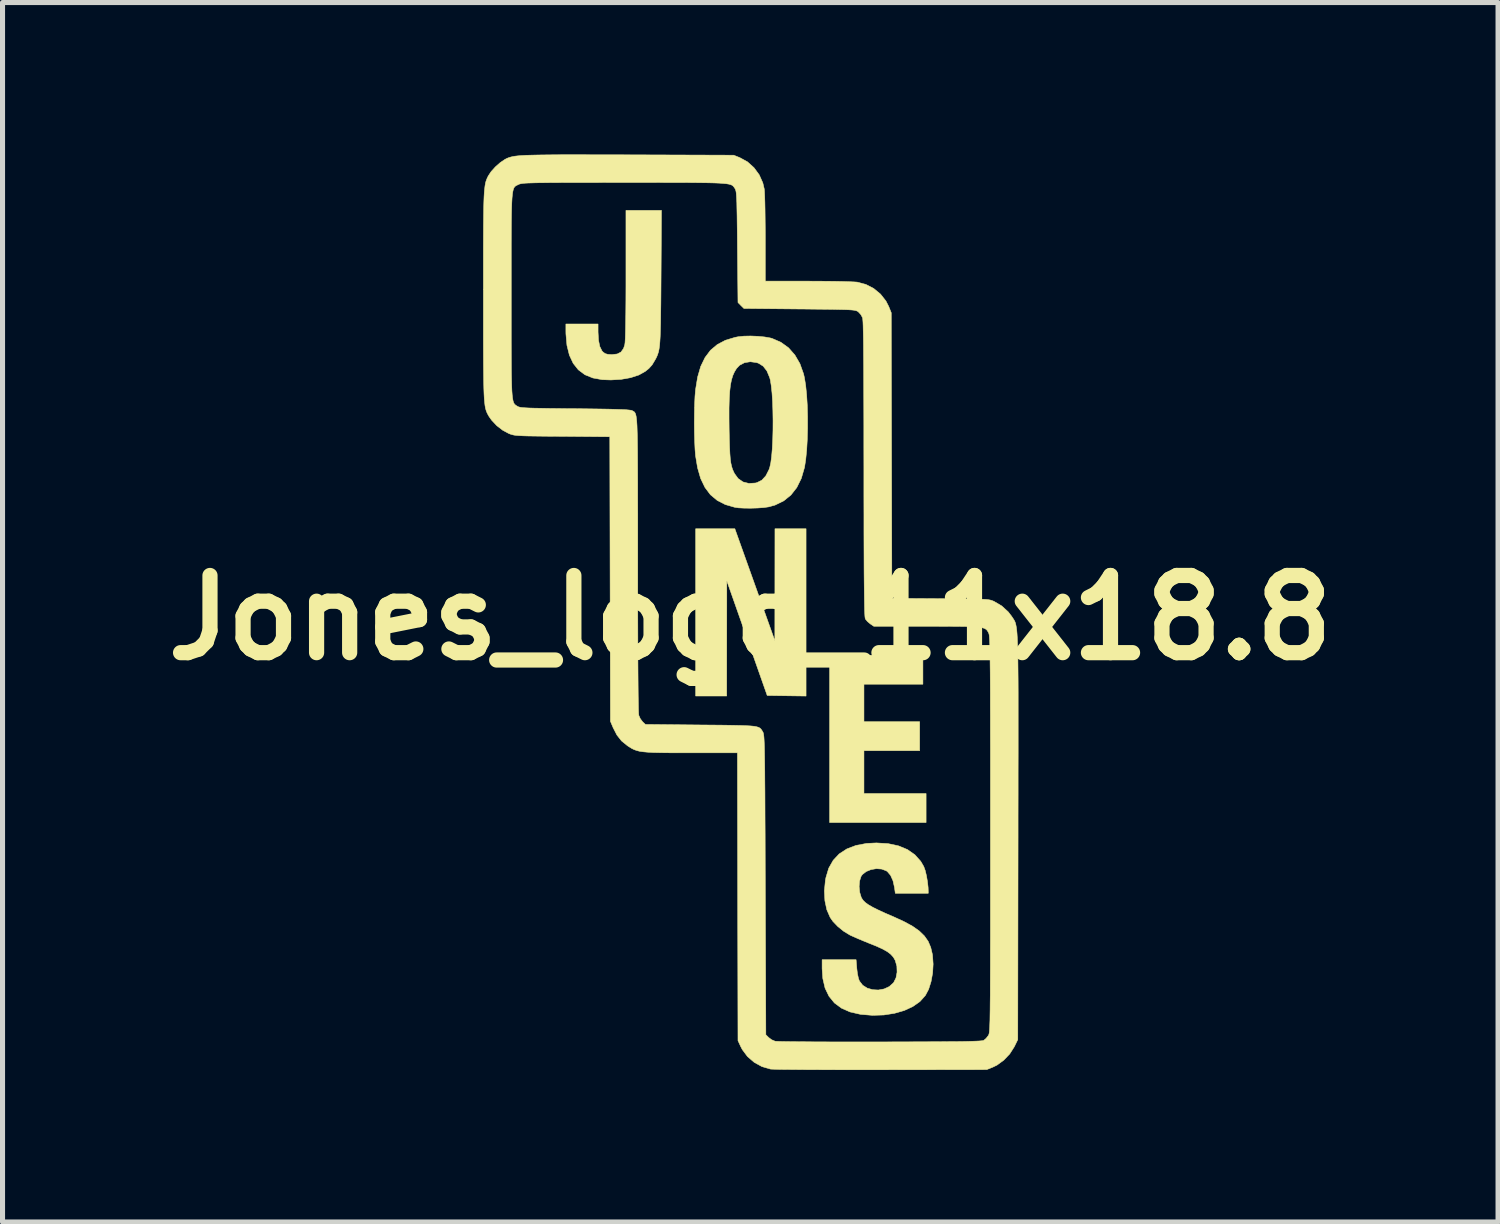
<source format=kicad_pcb>
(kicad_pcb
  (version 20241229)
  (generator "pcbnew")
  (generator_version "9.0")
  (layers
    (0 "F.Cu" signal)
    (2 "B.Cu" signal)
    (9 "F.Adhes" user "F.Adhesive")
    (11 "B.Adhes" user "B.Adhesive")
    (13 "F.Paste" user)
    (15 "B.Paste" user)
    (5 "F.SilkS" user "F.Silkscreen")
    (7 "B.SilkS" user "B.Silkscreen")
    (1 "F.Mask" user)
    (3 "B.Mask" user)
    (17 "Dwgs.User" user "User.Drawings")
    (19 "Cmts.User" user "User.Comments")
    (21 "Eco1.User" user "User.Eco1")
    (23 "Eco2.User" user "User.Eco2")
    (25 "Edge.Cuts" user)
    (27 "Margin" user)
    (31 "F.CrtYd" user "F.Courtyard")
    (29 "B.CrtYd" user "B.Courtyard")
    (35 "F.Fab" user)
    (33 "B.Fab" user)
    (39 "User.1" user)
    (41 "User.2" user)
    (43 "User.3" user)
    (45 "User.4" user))
  (footprint "Jones_logo_11x18.8"
    (layer "F.Cu")
    (at 11.764 9.147)
    (property "Reference" "Jones_logo_11x18.8" (at 0 0 0) (layer "F.SilkS") (effects (font (size 1.524 1.524) (thickness 0.3))))
    (attr through_hole)
    (fp_poly (pts (xy 3.408 1.312) (xy 2.244 1.312) (xy 2.244 2.053) (xy 3.344 2.053) (xy 3.344 2.625) (xy 2.244 2.625) (xy 2.244 3.471) (xy 3.471 3.471) (xy 3.471 4.043) (xy 1.566 4.043) (xy 1.566 0.741) (xy 3.408 0.741) (xy 3.408 1.312)) (stroke (width 0.01) (type solid)) (fill yes) (layer "F.SilkS"))
    (fp_poly (pts (xy 0.485 0.455) (xy 0.486 -0.651) (xy 0.487 -1.757) (xy 1.101 -1.757) (xy 1.101 1.546) (xy 0.334 1.535) (xy -0.065 0.402) (xy -0.464 -0.73) (xy -0.465 0.407) (xy -0.466 1.545) (xy -1.079 1.545) (xy -1.079 -1.757) (xy -0.305 -1.757) (xy 0.485 0.455)) (stroke (width 0.01) (type solid)) (fill yes) (layer "F.SilkS"))
    (fp_poly (pts (xy -1.762 -6.726) (xy -1.764 -6.444) (xy -1.766 -6.201) (xy -1.769 -5.994) (xy -1.771 -5.819) (xy -1.775 -5.673) (xy -1.779 -5.552) (xy -1.785 -5.453) (xy -1.792 -5.372) (xy -1.801 -5.307) (xy -1.812 -5.253) (xy -1.826 -5.208) (xy -1.841 -5.168) (xy -1.859 -5.129) (xy -1.88 -5.091) (xy -1.938 -4.994) (xy -2.003 -4.921) (xy -2.074 -4.864) (xy -2.203 -4.792) (xy -2.364 -4.74) (xy -2.55 -4.707) (xy -2.753 -4.695) (xy -2.923 -4.701) (xy -3.107 -4.734) (xy -3.265 -4.798) (xy -3.395 -4.895) (xy -3.497 -5.024) (xy -3.572 -5.185) (xy -3.62 -5.378) (xy -3.64 -5.604) (xy -3.641 -5.657) (xy -3.641 -5.8) (xy -3.006 -5.8) (xy -3.006 -5.64) (xy -2.997 -5.48) (xy -2.972 -5.357) (xy -2.929 -5.27) (xy -2.907 -5.246) (xy -2.866 -5.216) (xy -2.815 -5.201) (xy -2.74 -5.196) (xy -2.731 -5.196) (xy -2.627 -5.208) (xy -2.553 -5.246) (xy -2.503 -5.316) (xy -2.479 -5.387) (xy -2.473 -5.432) (xy -2.468 -5.517) (xy -2.464 -5.643) (xy -2.461 -5.81) (xy -2.458 -6.019) (xy -2.456 -6.269) (xy -2.455 -6.561) (xy -2.455 -6.762) (xy -2.455 -8.043) (xy -1.754 -8.043) (xy -1.762 -6.726)) (stroke (width 0.01) (type solid)) (fill yes) (layer "F.SilkS"))
    (fp_poly (pts (xy 0.148 -5.557) (xy 0.283 -5.544) (xy 0.397 -5.524) (xy 0.432 -5.514) (xy 0.604 -5.439) (xy 0.755 -5.33) (xy 0.88 -5.188) (xy 0.98 -5.016) (xy 1.051 -4.817) (xy 1.068 -4.744) (xy 1.093 -4.591) (xy 1.112 -4.404) (xy 1.125 -4.195) (xy 1.131 -3.971) (xy 1.131 -3.742) (xy 1.125 -3.518) (xy 1.113 -3.308) (xy 1.094 -3.121) (xy 1.07 -2.965) (xy 1.068 -2.96) (xy 1.007 -2.751) (xy 0.918 -2.571) (xy 0.802 -2.423) (xy 0.66 -2.308) (xy 0.492 -2.226) (xy 0.366 -2.19) (xy 0.27 -2.176) (xy 0.148 -2.167) (xy 0.014 -2.163) (xy -0.117 -2.164) (xy -0.232 -2.17) (xy -0.307 -2.181) (xy -0.494 -2.235) (xy -0.653 -2.317) (xy -0.787 -2.429) (xy -0.895 -2.573) (xy -0.98 -2.749) (xy -1.041 -2.96) (xy -1.081 -3.2) (xy -1.091 -3.324) (xy -1.098 -3.48) (xy -1.103 -3.657) (xy -1.105 -3.846) (xy -1.104 -3.933) (xy -0.42 -3.933) (xy -0.418 -3.73) (xy -0.414 -3.533) (xy -0.409 -3.372) (xy -0.403 -3.243) (xy -0.395 -3.14) (xy -0.384 -3.057) (xy -0.369 -2.989) (xy -0.351 -2.931) (xy -0.327 -2.877) (xy -0.312 -2.847) (xy -0.239 -2.747) (xy -0.143 -2.681) (xy -0.028 -2.652) (xy 0.099 -2.66) (xy 0.132 -2.668) (xy 0.228 -2.716) (xy 0.307 -2.802) (xy 0.369 -2.924) (xy 0.383 -2.963) (xy 0.404 -3.055) (xy 0.421 -3.182) (xy 0.434 -3.336) (xy 0.443 -3.511) (xy 0.448 -3.699) (xy 0.449 -3.892) (xy 0.446 -4.084) (xy 0.44 -4.268) (xy 0.429 -4.435) (xy 0.414 -4.579) (xy 0.396 -4.693) (xy 0.383 -4.741) (xy 0.328 -4.873) (xy 0.255 -4.967) (xy 0.163 -5.025) (xy 0.125 -5.038) (xy -0.000299 -5.055) (xy -0.115 -5.036) (xy -0.212 -4.985) (xy -0.272 -4.921) (xy -0.313 -4.854) (xy -0.346 -4.78) (xy -0.372 -4.694) (xy -0.392 -4.592) (xy -0.406 -4.47) (xy -0.415 -4.322) (xy -0.42 -4.144) (xy -0.42 -3.933) (xy -1.104 -3.933) (xy -1.103 -4.034) (xy -1.099 -4.213) (xy -1.092 -4.371) (xy -1.081 -4.499) (xy -1.08 -4.507) (xy -1.04 -4.752) (xy -0.979 -4.962) (xy -0.894 -5.137) (xy -0.786 -5.281) (xy -0.652 -5.394) (xy -0.491 -5.479) (xy -0.301 -5.536) (xy -0.241 -5.548) (xy -0.128 -5.56) (xy 0.006 -5.563) (xy 0.148 -5.557)) (stroke (width 0.01) (type solid)) (fill yes) (layer "F.SilkS"))
    (fp_poly (pts (xy 2.722 4.46) (xy 2.927 4.504) (xy 3.103 4.577) (xy 3.249 4.679) (xy 3.365 4.809) (xy 3.425 4.912) (xy 3.453 4.989) (xy 3.478 5.093) (xy 3.498 5.21) (xy 3.511 5.325) (xy 3.513 5.382) (xy 3.514 5.44) (xy 2.863 5.44) (xy 2.848 5.329) (xy 2.818 5.194) (xy 2.77 5.086) (xy 2.705 5.01) (xy 2.684 4.996) (xy 2.594 4.962) (xy 2.489 4.954) (xy 2.384 4.972) (xy 2.288 5.011) (xy 2.213 5.07) (xy 2.186 5.109) (xy 2.158 5.198) (xy 2.149 5.307) (xy 2.16 5.42) (xy 2.19 5.519) (xy 2.201 5.54) (xy 2.23 5.582) (xy 2.273 5.624) (xy 2.333 5.667) (xy 2.414 5.714) (xy 2.522 5.768) (xy 2.661 5.832) (xy 2.833 5.906) (xy 3.037 6) (xy 3.204 6.091) (xy 3.336 6.184) (xy 3.437 6.282) (xy 3.512 6.389) (xy 3.563 6.509) (xy 3.595 6.645) (xy 3.598 6.666) (xy 3.61 6.839) (xy 3.6 7.015) (xy 3.569 7.184) (xy 3.521 7.336) (xy 3.456 7.459) (xy 3.454 7.461) (xy 3.348 7.579) (xy 3.208 7.677) (xy 3.039 7.755) (xy 2.847 7.81) (xy 2.637 7.843) (xy 2.413 7.85) (xy 2.182 7.831) (xy 2.17 7.829) (xy 1.969 7.783) (xy 1.8 7.708) (xy 1.661 7.605) (xy 1.553 7.472) (xy 1.476 7.312) (xy 1.432 7.123) (xy 1.418 6.927) (xy 1.418 6.752) (xy 2.089 6.752) (xy 2.103 6.925) (xy 2.116 7.031) (xy 2.136 7.122) (xy 2.155 7.173) (xy 2.219 7.256) (xy 2.309 7.313) (xy 2.416 7.344) (xy 2.529 7.35) (xy 2.642 7.329) (xy 2.744 7.282) (xy 2.827 7.207) (xy 2.831 7.202) (xy 2.877 7.11) (xy 2.898 6.998) (xy 2.894 6.879) (xy 2.862 6.768) (xy 2.862 6.767) (xy 2.825 6.702) (xy 2.774 6.645) (xy 2.703 6.591) (xy 2.606 6.537) (xy 2.477 6.479) (xy 2.366 6.435) (xy 2.253 6.389) (xy 2.14 6.342) (xy 2.042 6.299) (xy 1.969 6.266) (xy 1.964 6.263) (xy 1.844 6.19) (xy 1.729 6.097) (xy 1.632 5.996) (xy 1.577 5.917) (xy 1.511 5.765) (xy 1.473 5.588) (xy 1.463 5.392) (xy 1.483 5.185) (xy 1.494 5.127) (xy 1.549 4.944) (xy 1.637 4.789) (xy 1.755 4.663) (xy 1.905 4.565) (xy 2.085 4.496) (xy 2.294 4.456) (xy 2.489 4.446) (xy 2.722 4.46)) (stroke (width 0.01) (type solid)) (fill yes) (layer "F.SilkS"))
    (fp_poly (pts (xy -3.112 -9.141) (xy -2.797 -9.141) (xy -2.443 -9.14) (xy -2.402 -9.14) (xy -0.328 -9.133) (xy -0.206 -9.084) (xy -0.056 -9.002) (xy 0.073 -8.886) (xy 0.176 -8.746) (xy 0.247 -8.587) (xy 0.276 -8.464) (xy 0.28 -8.413) (xy 0.284 -8.325) (xy 0.288 -8.205) (xy 0.291 -8.06) (xy 0.293 -7.895) (xy 0.295 -7.715) (xy 0.296 -7.525) (xy 0.296 -7.488) (xy 0.296 -6.646) (xy 1.138 -6.646) (xy 1.328 -6.645) (xy 1.511 -6.644) (xy 1.68 -6.642) (xy 1.829 -6.639) (xy 1.954 -6.635) (xy 2.048 -6.631) (xy 2.107 -6.627) (xy 2.114 -6.626) (xy 2.282 -6.581) (xy 2.437 -6.501) (xy 2.571 -6.39) (xy 2.678 -6.254) (xy 2.734 -6.144) (xy 2.783 -6.022) (xy 2.795 -0.383) (xy 3.752 -0.377) (xy 3.979 -0.375) (xy 4.167 -0.374) (xy 4.32 -0.372) (xy 4.444 -0.37) (xy 4.541 -0.367) (xy 4.616 -0.364) (xy 4.673 -0.36) (xy 4.716 -0.354) (xy 4.749 -0.347) (xy 4.776 -0.338) (xy 4.801 -0.328) (xy 4.814 -0.322) (xy 4.965 -0.233) (xy 5.093 -0.116) (xy 5.161 -0.027) (xy 5.177 -0.003) (xy 5.191 0.018) (xy 5.204 0.038) (xy 5.216 0.059) (xy 5.227 0.082) (xy 5.237 0.111) (xy 5.245 0.146) (xy 5.253 0.189) (xy 5.26 0.242) (xy 5.266 0.308) (xy 5.271 0.386) (xy 5.275 0.481) (xy 5.279 0.593) (xy 5.282 0.724) (xy 5.284 0.876) (xy 5.286 1.05) (xy 5.288 1.25) (xy 5.289 1.476) (xy 5.289 1.73) (xy 5.289 2.014) (xy 5.289 2.33) (xy 5.289 2.679) (xy 5.288 3.064) (xy 5.288 3.487) (xy 5.287 3.948) (xy 5.287 4.331) (xy 5.281 8.33) (xy 5.212 8.471) (xy 5.122 8.612) (xy 5.005 8.735) (xy 4.871 8.833) (xy 4.789 8.873) (xy 4.667 8.922) (xy 2.582 8.925) (xy 2.287 8.925) (xy 2.001 8.925) (xy 1.73 8.925) (xy 1.475 8.924) (xy 1.239 8.923) (xy 1.027 8.922) (xy 0.839 8.92) (xy 0.681 8.919) (xy 0.555 8.917) (xy 0.463 8.914) (xy 0.409 8.912) (xy 0.398 8.911) (xy 0.23 8.862) (xy 0.077 8.778) (xy -0.055 8.664) (xy -0.158 8.526) (xy -0.187 8.471) (xy -0.243 8.35) (xy -0.249 5.509) (xy -0.254 2.667) (xy -1.171 2.667) (xy -1.409 2.667) (xy -1.609 2.666) (xy -1.774 2.664) (xy -1.911 2.661) (xy -2.021 2.655) (xy -2.11 2.647) (xy -2.182 2.637) (xy -2.242 2.622) (xy -2.292 2.604) (xy -2.338 2.582) (xy -2.383 2.554) (xy -2.424 2.528) (xy -2.542 2.432) (xy -2.634 2.315) (xy -2.708 2.171) (xy -2.762 2.043) (xy -2.768 -0.766) (xy -2.774 -3.574) (xy -3.71 -3.582) (xy -3.934 -3.583) (xy -4.119 -3.585) (xy -4.271 -3.587) (xy -4.392 -3.589) (xy -4.489 -3.592) (xy -4.563 -3.596) (xy -4.62 -3.6) (xy -4.664 -3.606) (xy -4.699 -3.614) (xy -4.729 -3.623) (xy -4.759 -3.634) (xy -4.767 -3.637) (xy -4.888 -3.702) (xy -5.007 -3.794) (xy -5.108 -3.902) (xy -5.158 -3.973) (xy -5.176 -4.004) (xy -5.192 -4.034) (xy -5.206 -4.065) (xy -5.218 -4.099) (xy -5.229 -4.14) (xy -5.238 -4.19) (xy -5.245 -4.251) (xy -5.252 -4.327) (xy -5.257 -4.42) (xy -5.261 -4.532) (xy -5.264 -4.666) (xy -5.266 -4.825) (xy -5.268 -5.011) (xy -5.269 -5.227) (xy -5.27 -5.476) (xy -5.27 -5.76) (xy -5.27 -6.081) (xy -5.27 -6.354) (xy -5.27 -6.706) (xy -5.27 -6.82) (xy -4.72 -6.82) (xy -4.72 -6.487) (xy -4.72 -6.365) (xy -4.72 -6.02) (xy -4.72 -5.714) (xy -4.72 -5.446) (xy -4.719 -5.213) (xy -4.718 -5.011) (xy -4.717 -4.84) (xy -4.714 -4.695) (xy -4.711 -4.575) (xy -4.707 -4.478) (xy -4.701 -4.4) (xy -4.694 -4.339) (xy -4.686 -4.292) (xy -4.676 -4.257) (xy -4.665 -4.232) (xy -4.652 -4.214) (xy -4.636 -4.2) (xy -4.619 -4.188) (xy -4.601 -4.177) (xy -4.586 -4.168) (xy -4.565 -4.161) (xy -4.536 -4.154) (xy -4.494 -4.149) (xy -4.437 -4.145) (xy -4.361 -4.141) (xy -4.261 -4.138) (xy -4.135 -4.136) (xy -3.979 -4.133) (xy -3.79 -4.131) (xy -3.562 -4.128) (xy -3.462 -4.128) (xy -3.204 -4.125) (xy -2.985 -4.122) (xy -2.804 -4.119) (xy -2.656 -4.115) (xy -2.54 -4.111) (xy -2.452 -4.107) (xy -2.39 -4.101) (xy -2.351 -4.096) (xy -2.334 -4.09) (xy -2.318 -4.082) (xy -2.304 -4.074) (xy -2.292 -4.066) (xy -2.281 -4.054) (xy -2.271 -4.036) (xy -2.262 -4.011) (xy -2.254 -3.977) (xy -2.248 -3.931) (xy -2.242 -3.871) (xy -2.237 -3.795) (xy -2.234 -3.701) (xy -2.23 -3.587) (xy -2.228 -3.45) (xy -2.226 -3.29) (xy -2.225 -3.103) (xy -2.224 -2.888) (xy -2.223 -2.642) (xy -2.223 -2.363) (xy -2.222 -2.05) (xy -2.222 -1.7) (xy -2.222 -1.311) (xy -2.222 -1.044) (xy -2.222 -0.599) (xy -2.222 -0.187) (xy -2.221 0.191) (xy -2.22 0.534) (xy -2.219 0.842) (xy -2.217 1.113) (xy -2.215 1.347) (xy -2.213 1.542) (xy -2.21 1.699) (xy -2.208 1.816) (xy -2.205 1.892) (xy -2.201 1.927) (xy -2.201 1.928) (xy -2.171 1.995) (xy -2.127 2.053) (xy -2.126 2.055) (xy -2.071 2.106) (xy -0.977 2.117) (xy -0.728 2.119) (xy -0.518 2.121) (xy -0.342 2.124) (xy -0.199 2.127) (xy -0.084 2.131) (xy 0.007 2.136) (xy 0.076 2.143) (xy 0.127 2.153) (xy 0.164 2.164) (xy 0.191 2.179) (xy 0.21 2.197) (xy 0.226 2.219) (xy 0.242 2.245) (xy 0.246 2.253) (xy 0.252 2.263) (xy 0.257 2.276) (xy 0.261 2.295) (xy 0.265 2.321) (xy 0.269 2.356) (xy 0.272 2.402) (xy 0.275 2.462) (xy 0.278 2.538) (xy 0.28 2.632) (xy 0.282 2.745) (xy 0.284 2.881) (xy 0.286 3.04) (xy 0.287 3.226) (xy 0.289 3.441) (xy 0.29 3.685) (xy 0.291 3.962) (xy 0.293 4.274) (xy 0.294 4.623) (xy 0.295 5.011) (xy 0.296 5.275) (xy 0.307 8.233) (xy 0.362 8.288) (xy 0.421 8.332) (xy 0.487 8.36) (xy 0.489 8.361) (xy 0.521 8.363) (xy 0.591 8.366) (xy 0.698 8.368) (xy 0.837 8.37) (xy 1.007 8.371) (xy 1.204 8.373) (xy 1.425 8.374) (xy 1.667 8.375) (xy 1.927 8.375) (xy 2.202 8.375) (xy 2.488 8.375) (xy 2.561 8.375) (xy 2.909 8.374) (xy 3.217 8.373) (xy 3.488 8.372) (xy 3.722 8.371) (xy 3.924 8.369) (xy 4.094 8.368) (xy 4.236 8.366) (xy 4.351 8.363) (xy 4.442 8.36) (xy 4.511 8.357) (xy 4.561 8.353) (xy 4.593 8.349) (xy 4.609 8.344) (xy 4.61 8.344) (xy 4.655 8.306) (xy 4.697 8.253) (xy 4.7 8.248) (xy 4.705 8.239) (xy 4.71 8.228) (xy 4.714 8.214) (xy 4.718 8.193) (xy 4.721 8.166) (xy 4.724 8.129) (xy 4.727 8.08) (xy 4.729 8.019) (xy 4.732 7.943) (xy 4.733 7.851) (xy 4.735 7.74) (xy 4.736 7.609) (xy 4.738 7.456) (xy 4.738 7.278) (xy 4.739 7.076) (xy 4.74 6.845) (xy 4.74 6.585) (xy 4.741 6.294) (xy 4.741 5.97) (xy 4.741 5.61) (xy 4.741 5.214) (xy 4.741 4.78) (xy 4.741 4.305) (xy 4.741 4.279) (xy 4.741 3.798) (xy 4.741 3.358) (xy 4.741 2.957) (xy 4.741 2.592) (xy 4.74 2.263) (xy 4.74 1.967) (xy 4.739 1.703) (xy 4.739 1.468) (xy 4.738 1.262) (xy 4.737 1.081) (xy 4.735 0.925) (xy 4.734 0.791) (xy 4.732 0.678) (xy 4.73 0.584) (xy 4.728 0.508) (xy 4.725 0.446) (xy 4.722 0.398) (xy 4.719 0.362) (xy 4.716 0.336) (xy 4.712 0.318) (xy 4.708 0.306) (xy 4.693 0.277) (xy 4.678 0.252) (xy 4.658 0.231) (xy 4.631 0.214) (xy 4.592 0.2) (xy 4.538 0.19) (xy 4.466 0.182) (xy 4.372 0.177) (xy 4.253 0.173) (xy 4.105 0.171) (xy 3.925 0.17) (xy 3.708 0.169) (xy 3.487 0.169) (xy 2.44 0.169) (xy 2.369 0.121) (xy 2.315 0.076) (xy 2.275 0.028) (xy 2.271 0.021) (xy 2.267 0.004) (xy 2.263 -0.029) (xy 2.26 -0.081) (xy 2.257 -0.153) (xy 2.255 -0.249) (xy 2.253 -0.368) (xy 2.251 -0.513) (xy 2.249 -0.686) (xy 2.247 -0.889) (xy 2.246 -1.122) (xy 2.245 -1.389) (xy 2.244 -1.691) (xy 2.244 -2.029) (xy 2.243 -2.405) (xy 2.243 -2.822) (xy 2.243 -2.942) (xy 2.242 -3.378) (xy 2.242 -3.774) (xy 2.241 -4.13) (xy 2.24 -4.449) (xy 2.239 -4.732) (xy 2.238 -4.981) (xy 2.236 -5.196) (xy 2.235 -5.38) (xy 2.233 -5.535) (xy 2.23 -5.662) (xy 2.228 -5.762) (xy 2.225 -5.837) (xy 2.221 -5.888) (xy 2.218 -5.918) (xy 2.216 -5.925) (xy 2.181 -5.988) (xy 2.132 -6.041) (xy 2.131 -6.041) (xy 2.117 -6.051) (xy 2.1 -6.059) (xy 2.078 -6.066) (xy 2.046 -6.072) (xy 2.001 -6.077) (xy 1.939 -6.081) (xy 1.857 -6.084) (xy 1.752 -6.086) (xy 1.619 -6.089) (xy 1.455 -6.091) (xy 1.256 -6.093) (xy 1.02 -6.096) (xy 0.973 -6.096) (xy -0.126 -6.107) (xy -0.185 -6.165) (xy -0.243 -6.224) (xy -0.254 -7.32) (xy -0.256 -7.564) (xy -0.259 -7.77) (xy -0.261 -7.941) (xy -0.264 -8.08) (xy -0.266 -8.191) (xy -0.27 -8.278) (xy -0.274 -8.343) (xy -0.278 -8.391) (xy -0.284 -8.426) (xy -0.291 -8.45) (xy -0.299 -8.468) (xy -0.303 -8.475) (xy -0.316 -8.494) (xy -0.328 -8.511) (xy -0.342 -8.526) (xy -0.361 -8.54) (xy -0.387 -8.551) (xy -0.422 -8.561) (xy -0.47 -8.569) (xy -0.533 -8.575) (xy -0.612 -8.581) (xy -0.712 -8.585) (xy -0.834 -8.588) (xy -0.981 -8.59) (xy -1.155 -8.592) (xy -1.359 -8.593) (xy -1.596 -8.593) (xy -1.868 -8.594) (xy -2.177 -8.594) (xy -2.492 -8.594) (xy -2.829 -8.594) (xy -3.127 -8.593) (xy -3.388 -8.593) (xy -3.614 -8.593) (xy -3.809 -8.592) (xy -3.974 -8.591) (xy -4.112 -8.589) (xy -4.226 -8.588) (xy -4.318 -8.585) (xy -4.391 -8.583) (xy -4.448 -8.58) (xy -4.491 -8.576) (xy -4.523 -8.571) (xy -4.546 -8.566) (xy -4.563 -8.561) (xy -4.572 -8.557) (xy -4.596 -8.545) (xy -4.618 -8.535) (xy -4.636 -8.524) (xy -4.653 -8.508) (xy -4.667 -8.487) (xy -4.679 -8.456) (xy -4.689 -8.414) (xy -4.697 -8.359) (xy -4.704 -8.287) (xy -4.709 -8.196) (xy -4.713 -8.083) (xy -4.716 -7.947) (xy -4.718 -7.784) (xy -4.719 -7.593) (xy -4.72 -7.37) (xy -4.72 -7.113) (xy -4.72 -6.82) (xy -5.27 -6.82) (xy -5.27 -7.017) (xy -5.27 -7.292) (xy -5.269 -7.532) (xy -5.268 -7.74) (xy -5.266 -7.919) (xy -5.264 -8.071) (xy -5.261 -8.2) (xy -5.257 -8.307) (xy -5.252 -8.395) (xy -5.245 -8.467) (xy -5.238 -8.526) (xy -5.23 -8.574) (xy -5.22 -8.614) (xy -5.208 -8.648) (xy -5.195 -8.68) (xy -5.18 -8.71) (xy -5.175 -8.721) (xy -5.117 -8.809) (xy -5.034 -8.901) (xy -4.938 -8.986) (xy -4.844 -9.05) (xy -4.832 -9.056) (xy -4.803 -9.071) (xy -4.772 -9.083) (xy -4.738 -9.094) (xy -4.698 -9.104) (xy -4.649 -9.113) (xy -4.588 -9.12) (xy -4.514 -9.126) (xy -4.423 -9.131) (xy -4.313 -9.134) (xy -4.182 -9.137) (xy -4.026 -9.139) (xy -3.844 -9.141) (xy -3.633 -9.142) (xy -3.389 -9.142) (xy -3.112 -9.141)) (stroke (width 0.01) (type solid)) (fill yes) (layer "F.SilkS")))
  (gr_rect
    (start -3 -3)
    (end 26.528 21.077)
    (stroke (width 0.1) (type default))
    (fill no)
    (layer "Edge.Cuts")))
</source>
